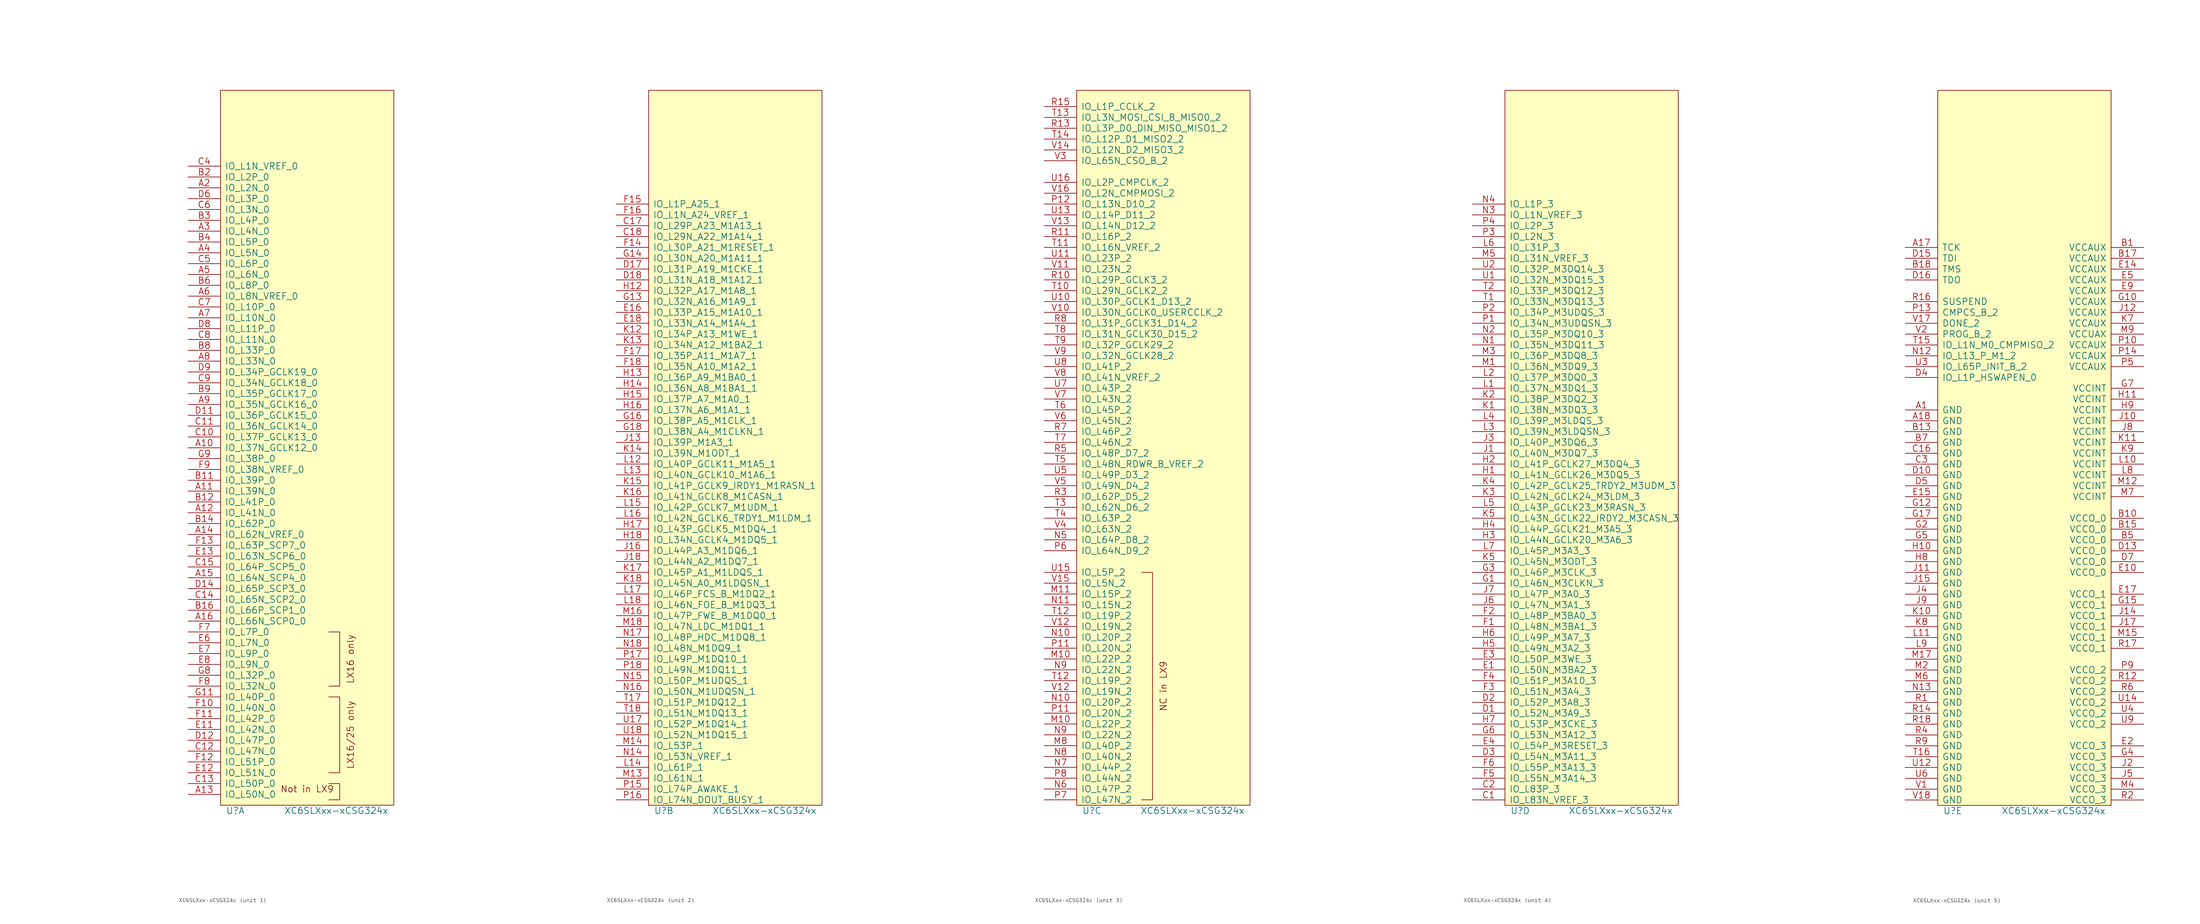
<source format=kicad_sym>
(kicad_symbol_lib
  (version 20211014)
  (generator kicad_symbol_editor)
  (symbol "XC6SLXxx-xCSG324x"
    (pin_names
      (offset 1.016))
    (property "Reference" "U"
      (at 1.27 -3.81 0)
      (effects (font (size 1.524 1.524)) (justify left)))
    (property "Value" "XC6SLXxx-xCSG324x"
      (at 39.37 -3.81 0)
      (effects (font (size 1.524 1.524)) (justify right)))
    (property "Footprint" ""
      (at -39.37 -6.35 0)
      (effects (font (size 1.524 1.524))))
    (property "Datasheet" ""
      (at -39.37 -6.35 0)
      (effects (font (size 1.524 1.524))))
    (property "ki_locked" ""
      (at 0 0 0)
      (effects (font (size 1.27 1.27))))
    (symbol "XC6SLXxx-xCSG324x_0_0"
      (rectangle (start 0 165.1) (end 40.64 -2.54) (stroke (width 0) (type default) (color 0 0 0 0)) (fill (type background))))
    (symbol "XC6SLXxx-xCSG324x_1_0"
      (polyline (pts (xy 25.4 2.54) (xy 27.94 2.54) (xy 27.94 -1.27) (xy 25.4 -1.27)) (stroke (width 0) (type default) (color 0 0 0 0)) (fill (type none)))
      (polyline (pts (xy 25.4 22.86) (xy 27.94 22.86) (xy 27.94 5.08) (xy 25.4 5.08)) (stroke (width 0) (type default) (color 0 0 0 0)) (fill (type none)))
      (polyline (pts (xy 25.4 38.1) (xy 27.94 38.1) (xy 27.94 25.4) (xy 25.4 25.4)) (stroke (width 0) (type default) (color 0 0 0 0)) (fill (type none)))
      (text "LX16 only" (at 30.48 31.75 900) (effects (font (size 1.524 1.524))))
      (text "LX16/25 only" (at 30.48 13.97 900) (effects (font (size 1.524 1.524))))
      (text "Not in LX9" (at 20.32 1.27 0) (effects (font (size 1.524 1.524)))))
    (symbol "XC6SLXxx-xCSG324x_1_1"
      (pin bidirectional line (at -7.62 81.28 0) (length 7.62) (name "IO_L37N_GCLK12_0" (effects (font (size 1.524 1.524)))) (number "A10" (effects (font (size 1.524 1.524)))))
      (pin bidirectional line (at -7.62 71.12 0) (length 7.62) (name "IO_L39N_0" (effects (font (size 1.524 1.524)))) (number "A11" (effects (font (size 1.524 1.524)))))
      (pin bidirectional line (at -7.62 66.04 0) (length 7.62) (name "IO_L41N_0" (effects (font (size 1.524 1.524)))) (number "A12" (effects (font (size 1.524 1.524)))))
      (pin bidirectional line (at -7.62 0 0) (length 7.62) (name "IO_L50N_0" (effects (font (size 1.524 1.524)))) (number "A13" (effects (font (size 1.524 1.524)))))
      (pin bidirectional line (at -7.62 60.96 0) (length 7.62) (name "IO_L62N_VREF_0" (effects (font (size 1.524 1.524)))) (number "A14" (effects (font (size 1.524 1.524)))))
      (pin bidirectional line (at -7.62 50.8 0) (length 7.62) (name "IO_L64N_SCP4_0" (effects (font (size 1.524 1.524)))) (number "A15" (effects (font (size 1.524 1.524)))))
      (pin bidirectional line (at -7.62 40.64 0) (length 7.62) (name "IO_L66N_SCP0_0" (effects (font (size 1.524 1.524)))) (number "A16" (effects (font (size 1.524 1.524)))))
      (pin bidirectional line (at -7.62 142.24 0) (length 7.62) (name "IO_L2N_0" (effects (font (size 1.524 1.524)))) (number "A2" (effects (font (size 1.524 1.524)))))
      (pin bidirectional line (at -7.62 132.08 0) (length 7.62) (name "IO_L4N_0" (effects (font (size 1.524 1.524)))) (number "A3" (effects (font (size 1.524 1.524)))))
      (pin bidirectional line (at -7.62 127 0) (length 7.62) (name "IO_L5N_0" (effects (font (size 1.524 1.524)))) (number "A4" (effects (font (size 1.524 1.524)))))
      (pin bidirectional line (at -7.62 121.92 0) (length 7.62) (name "IO_L6N_0" (effects (font (size 1.524 1.524)))) (number "A5" (effects (font (size 1.524 1.524)))))
      (pin bidirectional line (at -7.62 116.84 0) (length 7.62) (name "IO_L8N_VREF_0" (effects (font (size 1.524 1.524)))) (number "A6" (effects (font (size 1.524 1.524)))))
      (pin bidirectional line (at -7.62 111.76 0) (length 7.62) (name "IO_L10N_0" (effects (font (size 1.524 1.524)))) (number "A7" (effects (font (size 1.524 1.524)))))
      (pin bidirectional line (at -7.62 101.6 0) (length 7.62) (name "IO_L33N_0" (effects (font (size 1.524 1.524)))) (number "A8" (effects (font (size 1.524 1.524)))))
      (pin bidirectional line (at -7.62 91.44 0) (length 7.62) (name "IO_L35N_GCLK16_0" (effects (font (size 1.524 1.524)))) (number "A9" (effects (font (size 1.524 1.524)))))
      (pin bidirectional line (at -7.62 73.66 0) (length 7.62) (name "IO_L39P_0" (effects (font (size 1.524 1.524)))) (number "B11" (effects (font (size 1.524 1.524)))))
      (pin bidirectional line (at -7.62 68.58 0) (length 7.62) (name "IO_L41P_0" (effects (font (size 1.524 1.524)))) (number "B12" (effects (font (size 1.524 1.524)))))
      (pin bidirectional line (at -7.62 63.5 0) (length 7.62) (name "IO_L62P_0" (effects (font (size 1.524 1.524)))) (number "B14" (effects (font (size 1.524 1.524)))))
      (pin bidirectional line (at -7.62 43.18 0) (length 7.62) (name "IO_L66P_SCP1_0" (effects (font (size 1.524 1.524)))) (number "B16" (effects (font (size 1.524 1.524)))))
      (pin bidirectional line (at -7.62 144.78 0) (length 7.62) (name "IO_L2P_0" (effects (font (size 1.524 1.524)))) (number "B2" (effects (font (size 1.524 1.524)))))
      (pin bidirectional line (at -7.62 134.62 0) (length 7.62) (name "IO_L4P_0" (effects (font (size 1.524 1.524)))) (number "B3" (effects (font (size 1.524 1.524)))))
      (pin bidirectional line (at -7.62 129.54 0) (length 7.62) (name "IO_L5P_0" (effects (font (size 1.524 1.524)))) (number "B4" (effects (font (size 1.524 1.524)))))
      (pin bidirectional line (at -7.62 119.38 0) (length 7.62) (name "IO_L8P_0" (effects (font (size 1.524 1.524)))) (number "B6" (effects (font (size 1.524 1.524)))))
      (pin bidirectional line (at -7.62 104.14 0) (length 7.62) (name "IO_L33P_0" (effects (font (size 1.524 1.524)))) (number "B8" (effects (font (size 1.524 1.524)))))
      (pin bidirectional line (at -7.62 93.98 0) (length 7.62) (name "IO_L35P_GCLK17_0" (effects (font (size 1.524 1.524)))) (number "B9" (effects (font (size 1.524 1.524)))))
      (pin bidirectional line (at -7.62 83.82 0) (length 7.62) (name "IO_L37P_GCLK13_0" (effects (font (size 1.524 1.524)))) (number "C10" (effects (font (size 1.524 1.524)))))
      (pin bidirectional line (at -7.62 86.36 0) (length 7.62) (name "IO_L36N_GCLK14_0" (effects (font (size 1.524 1.524)))) (number "C11" (effects (font (size 1.524 1.524)))))
      (pin bidirectional line (at -7.62 10.16 0) (length 7.62) (name "IO_L47N_0" (effects (font (size 1.524 1.524)))) (number "C12" (effects (font (size 1.524 1.524)))))
      (pin bidirectional line (at -7.62 2.54 0) (length 7.62) (name "IO_L50P_0" (effects (font (size 1.524 1.524)))) (number "C13" (effects (font (size 1.524 1.524)))))
      (pin bidirectional line (at -7.62 45.72 0) (length 7.62) (name "IO_L65N_SCP2_0" (effects (font (size 1.524 1.524)))) (number "C14" (effects (font (size 1.524 1.524)))))
      (pin bidirectional line (at -7.62 53.34 0) (length 7.62) (name "IO_L64P_SCP5_0" (effects (font (size 1.524 1.524)))) (number "C15" (effects (font (size 1.524 1.524)))))
      (pin bidirectional line (at -7.62 147.32 0) (length 7.62) (name "IO_L1N_VREF_0" (effects (font (size 1.524 1.524)))) (number "C4" (effects (font (size 1.524 1.524)))))
      (pin bidirectional line (at -7.62 124.46 0) (length 7.62) (name "IO_L6P_0" (effects (font (size 1.524 1.524)))) (number "C5" (effects (font (size 1.524 1.524)))))
      (pin bidirectional line (at -7.62 137.16 0) (length 7.62) (name "IO_L3N_0" (effects (font (size 1.524 1.524)))) (number "C6" (effects (font (size 1.524 1.524)))))
      (pin bidirectional line (at -7.62 114.3 0) (length 7.62) (name "IO_L10P_0" (effects (font (size 1.524 1.524)))) (number "C7" (effects (font (size 1.524 1.524)))))
      (pin bidirectional line (at -7.62 106.68 0) (length 7.62) (name "IO_L11N_0" (effects (font (size 1.524 1.524)))) (number "C8" (effects (font (size 1.524 1.524)))))
      (pin bidirectional line (at -7.62 96.52 0) (length 7.62) (name "IO_L34N_GCLK18_0" (effects (font (size 1.524 1.524)))) (number "C9" (effects (font (size 1.524 1.524)))))
      (pin bidirectional line (at -7.62 88.9 0) (length 7.62) (name "IO_L36P_GCLK15_0" (effects (font (size 1.524 1.524)))) (number "D11" (effects (font (size 1.524 1.524)))))
      (pin bidirectional line (at -7.62 12.7 0) (length 7.62) (name "IO_L47P_0" (effects (font (size 1.524 1.524)))) (number "D12" (effects (font (size 1.524 1.524)))))
      (pin bidirectional line (at -7.62 48.26 0) (length 7.62) (name "IO_L65P_SCP3_0" (effects (font (size 1.524 1.524)))) (number "D14" (effects (font (size 1.524 1.524)))))
      (pin bidirectional line (at -7.62 139.7 0) (length 7.62) (name "IO_L3P_0" (effects (font (size 1.524 1.524)))) (number "D6" (effects (font (size 1.524 1.524)))))
      (pin bidirectional line (at -7.62 109.22 0) (length 7.62) (name "IO_L11P_0" (effects (font (size 1.524 1.524)))) (number "D8" (effects (font (size 1.524 1.524)))))
      (pin bidirectional line (at -7.62 99.06 0) (length 7.62) (name "IO_L34P_GCLK19_0" (effects (font (size 1.524 1.524)))) (number "D9" (effects (font (size 1.524 1.524)))))
      (pin bidirectional line (at -7.62 15.24 0) (length 7.62) (name "IO_L42N_0" (effects (font (size 1.524 1.524)))) (number "E11" (effects (font (size 1.524 1.524)))))
      (pin bidirectional line (at -7.62 5.08 0) (length 7.62) (name "IO_L51N_0" (effects (font (size 1.524 1.524)))) (number "E12" (effects (font (size 1.524 1.524)))))
      (pin bidirectional line (at -7.62 55.88 0) (length 7.62) (name "IO_L63N_SCP6_0" (effects (font (size 1.524 1.524)))) (number "E13" (effects (font (size 1.524 1.524)))))
      (pin bidirectional line (at -7.62 35.56 0) (length 7.62) (name "IO_L7N_0" (effects (font (size 1.524 1.524)))) (number "E6" (effects (font (size 1.524 1.524)))))
      (pin bidirectional line (at -7.62 33.02 0) (length 7.62) (name "IO_L9P_0" (effects (font (size 1.524 1.524)))) (number "E7" (effects (font (size 1.524 1.524)))))
      (pin bidirectional line (at -7.62 30.48 0) (length 7.62) (name "IO_L9N_0" (effects (font (size 1.524 1.524)))) (number "E8" (effects (font (size 1.524 1.524)))))
      (pin bidirectional line (at -7.62 20.32 0) (length 7.62) (name "IO_L40N_0" (effects (font (size 1.524 1.524)))) (number "F10" (effects (font (size 1.524 1.524)))))
      (pin bidirectional line (at -7.62 17.78 0) (length 7.62) (name "IO_L42P_0" (effects (font (size 1.524 1.524)))) (number "F11" (effects (font (size 1.524 1.524)))))
      (pin bidirectional line (at -7.62 7.62 0) (length 7.62) (name "IO_L51P_0" (effects (font (size 1.524 1.524)))) (number "F12" (effects (font (size 1.524 1.524)))))
      (pin bidirectional line (at -7.62 58.42 0) (length 7.62) (name "IO_L63P_SCP7_0" (effects (font (size 1.524 1.524)))) (number "F13" (effects (font (size 1.524 1.524)))))
      (pin bidirectional line (at -7.62 38.1 0) (length 7.62) (name "IO_L7P_0" (effects (font (size 1.524 1.524)))) (number "F7" (effects (font (size 1.524 1.524)))))
      (pin bidirectional line (at -7.62 25.4 0) (length 7.62) (name "IO_L32N_0" (effects (font (size 1.524 1.524)))) (number "F8" (effects (font (size 1.524 1.524)))))
      (pin bidirectional line (at -7.62 76.2 0) (length 7.62) (name "IO_L38N_VREF_0" (effects (font (size 1.524 1.524)))) (number "F9" (effects (font (size 1.524 1.524)))))
      (pin bidirectional line (at -7.62 22.86 0) (length 7.62) (name "IO_L40P_0" (effects (font (size 1.524 1.524)))) (number "G11" (effects (font (size 1.524 1.524)))))
      (pin bidirectional line (at -7.62 27.94 0) (length 7.62) (name "IO_L32P_0" (effects (font (size 1.524 1.524)))) (number "G8" (effects (font (size 1.524 1.524)))))
      (pin bidirectional line (at -7.62 78.74 0) (length 7.62) (name "IO_L38P_0" (effects (font (size 1.524 1.524)))) (number "G9" (effects (font (size 1.524 1.524))))))
    (symbol "XC6SLXxx-xCSG324x_2_1"
      (pin bidirectional line (at -7.62 133.35 0) (length 7.62) (name "IO_L29P_A23_M1A13_1" (effects (font (size 1.524 1.524)))) (number "C17" (effects (font (size 1.524 1.524)))))
      (pin bidirectional line (at -7.62 130.81 0) (length 7.62) (name "IO_L29N_A22_M1A14_1" (effects (font (size 1.524 1.524)))) (number "C18" (effects (font (size 1.524 1.524)))))
      (pin bidirectional line (at -7.62 123.19 0) (length 7.62) (name "IO_L31P_A19_M1CKE_1" (effects (font (size 1.524 1.524)))) (number "D17" (effects (font (size 1.524 1.524)))))
      (pin bidirectional line (at -7.62 120.65 0) (length 7.62) (name "IO_L31N_A18_M1A12_1" (effects (font (size 1.524 1.524)))) (number "D18" (effects (font (size 1.524 1.524)))))
      (pin bidirectional line (at -7.62 113.03 0) (length 7.62) (name "IO_L33P_A15_M1A10_1" (effects (font (size 1.524 1.524)))) (number "E16" (effects (font (size 1.524 1.524)))))
      (pin bidirectional line (at -7.62 110.49 0) (length 7.62) (name "IO_L33N_A14_M1A4_1" (effects (font (size 1.524 1.524)))) (number "E18" (effects (font (size 1.524 1.524)))))
      (pin bidirectional line (at -7.62 128.27 0) (length 7.62) (name "IO_L30P_A21_M1RESET_1" (effects (font (size 1.524 1.524)))) (number "F14" (effects (font (size 1.524 1.524)))))
      (pin bidirectional line (at -7.62 138.43 0) (length 7.62) (name "IO_L1P_A25_1" (effects (font (size 1.524 1.524)))) (number "F15" (effects (font (size 1.524 1.524)))))
      (pin bidirectional line (at -7.62 135.89 0) (length 7.62) (name "IO_L1N_A24_VREF_1" (effects (font (size 1.524 1.524)))) (number "F16" (effects (font (size 1.524 1.524)))))
      (pin bidirectional line (at -7.62 102.87 0) (length 7.62) (name "IO_L35P_A11_M1A7_1" (effects (font (size 1.524 1.524)))) (number "F17" (effects (font (size 1.524 1.524)))))
      (pin bidirectional line (at -7.62 100.33 0) (length 7.62) (name "IO_L35N_A10_M1A2_1" (effects (font (size 1.524 1.524)))) (number "F18" (effects (font (size 1.524 1.524)))))
      (pin bidirectional line (at -7.62 115.57 0) (length 7.62) (name "IO_L32N_A16_M1A9_1" (effects (font (size 1.524 1.524)))) (number "G13" (effects (font (size 1.524 1.524)))))
      (pin bidirectional line (at -7.62 125.73 0) (length 7.62) (name "IO_L30N_A20_M1A11_1" (effects (font (size 1.524 1.524)))) (number "G14" (effects (font (size 1.524 1.524)))))
      (pin bidirectional line (at -7.62 87.63 0) (length 7.62) (name "IO_L38P_A5_M1CLK_1" (effects (font (size 1.524 1.524)))) (number "G16" (effects (font (size 1.524 1.524)))))
      (pin bidirectional line (at -7.62 85.09 0) (length 7.62) (name "IO_L38N_A4_M1CLKN_1" (effects (font (size 1.524 1.524)))) (number "G18" (effects (font (size 1.524 1.524)))))
      (pin bidirectional line (at -7.62 118.11 0) (length 7.62) (name "IO_L32P_A17_M1A8_1" (effects (font (size 1.524 1.524)))) (number "H12" (effects (font (size 1.524 1.524)))))
      (pin bidirectional line (at -7.62 97.79 0) (length 7.62) (name "IO_L36P_A9_M1BA0_1" (effects (font (size 1.524 1.524)))) (number "H13" (effects (font (size 1.524 1.524)))))
      (pin bidirectional line (at -7.62 95.25 0) (length 7.62) (name "IO_L36N_A8_M1BA1_1" (effects (font (size 1.524 1.524)))) (number "H14" (effects (font (size 1.524 1.524)))))
      (pin bidirectional line (at -7.62 92.71 0) (length 7.62) (name "IO_L37P_A7_M1A0_1" (effects (font (size 1.524 1.524)))) (number "H15" (effects (font (size 1.524 1.524)))))
      (pin bidirectional line (at -7.62 90.17 0) (length 7.62) (name "IO_L37N_A6_M1A1_1" (effects (font (size 1.524 1.524)))) (number "H16" (effects (font (size 1.524 1.524)))))
      (pin bidirectional line (at -7.62 62.23 0) (length 7.62) (name "IO_L43P_GCLK5_M1DQ4_1" (effects (font (size 1.524 1.524)))) (number "H17" (effects (font (size 1.524 1.524)))))
      (pin bidirectional line (at -7.62 59.69 0) (length 7.62) (name "IO_L34N_GCLK4_M1DQ5_1" (effects (font (size 1.524 1.524)))) (number "H18" (effects (font (size 1.524 1.524)))))
      (pin bidirectional line (at -7.62 82.55 0) (length 7.62) (name "IO_L39P_M1A3_1" (effects (font (size 1.524 1.524)))) (number "J13" (effects (font (size 1.524 1.524)))))
      (pin bidirectional line (at -7.62 57.15 0) (length 7.62) (name "IO_L44P_A3_M1DQ6_1" (effects (font (size 1.524 1.524)))) (number "J16" (effects (font (size 1.524 1.524)))))
      (pin bidirectional line (at -7.62 54.61 0) (length 7.62) (name "IO_L44N_A2_M1DQ7_1" (effects (font (size 1.524 1.524)))) (number "J18" (effects (font (size 1.524 1.524)))))
      (pin bidirectional line (at -7.62 107.95 0) (length 7.62) (name "IO_L34P_A13_M1WE_1" (effects (font (size 1.524 1.524)))) (number "K12" (effects (font (size 1.524 1.524)))))
      (pin bidirectional line (at -7.62 105.41 0) (length 7.62) (name "IO_L34N_A12_M1BA2_1" (effects (font (size 1.524 1.524)))) (number "K13" (effects (font (size 1.524 1.524)))))
      (pin bidirectional line (at -7.62 80.01 0) (length 7.62) (name "IO_L39N_M1ODT_1" (effects (font (size 1.524 1.524)))) (number "K14" (effects (font (size 1.524 1.524)))))
      (pin bidirectional line (at -7.62 72.39 0) (length 7.62) (name "IO_L41P_GCLK9_IRDY1_M1RASN_1" (effects (font (size 1.524 1.524)))) (number "K15" (effects (font (size 1.524 1.524)))))
      (pin bidirectional line (at -7.62 69.85 0) (length 7.62) (name "IO_L41N_GCLK8_M1CASN_1" (effects (font (size 1.524 1.524)))) (number "K16" (effects (font (size 1.524 1.524)))))
      (pin bidirectional line (at -7.62 52.07 0) (length 7.62) (name "IO_L45P_A1_M1LDQS_1" (effects (font (size 1.524 1.524)))) (number "K17" (effects (font (size 1.524 1.524)))))
      (pin bidirectional line (at -7.62 49.53 0) (length 7.62) (name "IO_L45N_A0_M1LDQSN_1" (effects (font (size 1.524 1.524)))) (number "K18" (effects (font (size 1.524 1.524)))))
      (pin bidirectional line (at -7.62 77.47 0) (length 7.62) (name "IO_L40P_GCLK11_M1A5_1" (effects (font (size 1.524 1.524)))) (number "L12" (effects (font (size 1.524 1.524)))))
      (pin bidirectional line (at -7.62 74.93 0) (length 7.62) (name "IO_L40N_GCLK10_M1A6_1" (effects (font (size 1.524 1.524)))) (number "L13" (effects (font (size 1.524 1.524)))))
      (pin bidirectional line (at -7.62 6.35 0) (length 7.62) (name "IO_L61P_1" (effects (font (size 1.524 1.524)))) (number "L14" (effects (font (size 1.524 1.524)))))
      (pin bidirectional line (at -7.62 67.31 0) (length 7.62) (name "IO_L42P_GCLK7_M1UDM_1" (effects (font (size 1.524 1.524)))) (number "L15" (effects (font (size 1.524 1.524)))))
      (pin bidirectional line (at -7.62 64.77 0) (length 7.62) (name "IO_L42N_GCLK6_TRDY1_M1LDM_1" (effects (font (size 1.524 1.524)))) (number "L16" (effects (font (size 1.524 1.524)))))
      (pin bidirectional line (at -7.62 46.99 0) (length 7.62) (name "IO_L46P_FCS_B_M1DQ2_1" (effects (font (size 1.524 1.524)))) (number "L17" (effects (font (size 1.524 1.524)))))
      (pin bidirectional line (at -7.62 44.45 0) (length 7.62) (name "IO_L46N_FOE_B_M1DQ3_1" (effects (font (size 1.524 1.524)))) (number "L18" (effects (font (size 1.524 1.524)))))
      (pin bidirectional line (at -7.62 3.81 0) (length 7.62) (name "IO_L61N_1" (effects (font (size 1.524 1.524)))) (number "M13" (effects (font (size 1.524 1.524)))))
      (pin bidirectional line (at -7.62 11.43 0) (length 7.62) (name "IO_L53P_1" (effects (font (size 1.524 1.524)))) (number "M14" (effects (font (size 1.524 1.524)))))
      (pin bidirectional line (at -7.62 41.91 0) (length 7.62) (name "IO_L47P_FWE_B_M1DQ0_1" (effects (font (size 1.524 1.524)))) (number "M16" (effects (font (size 1.524 1.524)))))
      (pin bidirectional line (at -7.62 39.37 0) (length 7.62) (name "IO_L47N_LDC_M1DQ1_1" (effects (font (size 1.524 1.524)))) (number "M18" (effects (font (size 1.524 1.524)))))
      (pin bidirectional line (at -7.62 8.89 0) (length 7.62) (name "IO_L53N_VREF_1" (effects (font (size 1.524 1.524)))) (number "N14" (effects (font (size 1.524 1.524)))))
      (pin bidirectional line (at -7.62 26.67 0) (length 7.62) (name "IO_L50P_M1UDQS_1" (effects (font (size 1.524 1.524)))) (number "N15" (effects (font (size 1.524 1.524)))))
      (pin bidirectional line (at -7.62 24.13 0) (length 7.62) (name "IO_L50N_M1UDQSN_1" (effects (font (size 1.524 1.524)))) (number "N16" (effects (font (size 1.524 1.524)))))
      (pin bidirectional line (at -7.62 36.83 0) (length 7.62) (name "IO_L48P_HDC_M1DQ8_1" (effects (font (size 1.524 1.524)))) (number "N17" (effects (font (size 1.524 1.524)))))
      (pin bidirectional line (at -7.62 34.29 0) (length 7.62) (name "IO_L48N_M1DQ9_1" (effects (font (size 1.524 1.524)))) (number "N18" (effects (font (size 1.524 1.524)))))
      (pin bidirectional line (at -7.62 1.27 0) (length 7.62) (name "IO_L74P_AWAKE_1" (effects (font (size 1.524 1.524)))) (number "P15" (effects (font (size 1.524 1.524)))))
      (pin bidirectional line (at -7.62 -1.27 0) (length 7.62) (name "IO_L74N_DOUT_BUSY_1" (effects (font (size 1.524 1.524)))) (number "P16" (effects (font (size 1.524 1.524)))))
      (pin bidirectional line (at -7.62 31.75 0) (length 7.62) (name "IO_L49P_M1DQ10_1" (effects (font (size 1.524 1.524)))) (number "P17" (effects (font (size 1.524 1.524)))))
      (pin bidirectional line (at -7.62 29.21 0) (length 7.62) (name "IO_L49N_M1DQ11_1" (effects (font (size 1.524 1.524)))) (number "P18" (effects (font (size 1.524 1.524)))))
      (pin bidirectional line (at -7.62 21.59 0) (length 7.62) (name "IO_L51P_M1DQ12_1" (effects (font (size 1.524 1.524)))) (number "T17" (effects (font (size 1.524 1.524)))))
      (pin bidirectional line (at -7.62 19.05 0) (length 7.62) (name "IO_L51N_M1DQ13_1" (effects (font (size 1.524 1.524)))) (number "T18" (effects (font (size 1.524 1.524)))))
      (pin bidirectional line (at -7.62 16.51 0) (length 7.62) (name "IO_L52P_M1DQ14_1" (effects (font (size 1.524 1.524)))) (number "U17" (effects (font (size 1.524 1.524)))))
      (pin bidirectional line (at -7.62 13.97 0) (length 7.62) (name "IO_L52N_M1DQ15_1" (effects (font (size 1.524 1.524)))) (number "U18" (effects (font (size 1.524 1.524))))))
    (symbol "XC6SLXxx-xCSG324x_3_0"
      (polyline (pts (xy 15.24 52.07) (xy 17.78 52.07) (xy 17.78 -1.27) (xy 15.24 -1.27)) (stroke (width 0) (type default) (color 0 0 0 0)) (fill (type none)))
      (text "NC in LX9" (at 20.32 25.4 900) (effects (font (size 1.524 1.524)))))
    (symbol "XC6SLXxx-xCSG324x_3_1"
      (pin bidirectional line (at -7.62 16.51 0) (length 7.62) (name "IO_L22P_2" (effects (font (size 1.524 1.524)))) (number "M10" (effects (font (size 1.524 1.524)))))
      (pin bidirectional line (at -7.62 31.75 0) (length 7.62) (name "IO_L22P_2" (effects (font (size 1.524 1.524)))) (number "M10" (effects (font (size 1.524 1.524)))))
      (pin bidirectional line (at -7.62 46.99 0) (length 7.62) (name "IO_L15P_2" (effects (font (size 1.524 1.524)))) (number "M11" (effects (font (size 1.524 1.524)))))
      (pin bidirectional line (at -7.62 11.43 0) (length 7.62) (name "IO_L40P_2" (effects (font (size 1.524 1.524)))) (number "M8" (effects (font (size 1.524 1.524)))))
      (pin bidirectional line (at -7.62 21.59 0) (length 7.62) (name "IO_L20P_2" (effects (font (size 1.524 1.524)))) (number "N10" (effects (font (size 1.524 1.524)))))
      (pin bidirectional line (at -7.62 36.83 0) (length 7.62) (name "IO_L20P_2" (effects (font (size 1.524 1.524)))) (number "N10" (effects (font (size 1.524 1.524)))))
      (pin bidirectional line (at -7.62 44.45 0) (length 7.62) (name "IO_L15N_2" (effects (font (size 1.524 1.524)))) (number "N11" (effects (font (size 1.524 1.524)))))
      (pin bidirectional line (at -7.62 59.69 0) (length 7.62) (name "IO_L64P_D8_2" (effects (font (size 1.524 1.524)))) (number "N5" (effects (font (size 1.524 1.524)))))
      (pin bidirectional line (at -7.62 1.27 0) (length 7.62) (name "IO_L47P_2" (effects (font (size 1.524 1.524)))) (number "N6" (effects (font (size 1.524 1.524)))))
      (pin bidirectional line (at -7.62 6.35 0) (length 7.62) (name "IO_L44P_2" (effects (font (size 1.524 1.524)))) (number "N7" (effects (font (size 1.524 1.524)))))
      (pin bidirectional line (at -7.62 8.89 0) (length 7.62) (name "IO_L40N_2" (effects (font (size 1.524 1.524)))) (number "N8" (effects (font (size 1.524 1.524)))))
      (pin bidirectional line (at -7.62 13.97 0) (length 7.62) (name "IO_L22N_2" (effects (font (size 1.524 1.524)))) (number "N9" (effects (font (size 1.524 1.524)))))
      (pin bidirectional line (at -7.62 29.21 0) (length 7.62) (name "IO_L22N_2" (effects (font (size 1.524 1.524)))) (number "N9" (effects (font (size 1.524 1.524)))))
      (pin bidirectional line (at -7.62 19.05 0) (length 7.62) (name "IO_L20N_2" (effects (font (size 1.524 1.524)))) (number "P11" (effects (font (size 1.524 1.524)))))
      (pin bidirectional line (at -7.62 34.29 0) (length 7.62) (name "IO_L20N_2" (effects (font (size 1.524 1.524)))) (number "P11" (effects (font (size 1.524 1.524)))))
      (pin bidirectional line (at -7.62 138.43 0) (length 7.62) (name "IO_L13N_D10_2" (effects (font (size 1.524 1.524)))) (number "P12" (effects (font (size 1.524 1.524)))))
      (pin bidirectional line (at -7.62 57.15 0) (length 7.62) (name "IO_L64N_D9_2" (effects (font (size 1.524 1.524)))) (number "P6" (effects (font (size 1.524 1.524)))))
      (pin bidirectional line (at -7.62 -1.27 0) (length 7.62) (name "IO_L47N_2" (effects (font (size 1.524 1.524)))) (number "P7" (effects (font (size 1.524 1.524)))))
      (pin bidirectional line (at -7.62 3.81 0) (length 7.62) (name "IO_L44N_2" (effects (font (size 1.524 1.524)))) (number "P8" (effects (font (size 1.524 1.524)))))
      (pin bidirectional line (at -7.62 120.65 0) (length 7.62) (name "IO_L29P_GCLK3_2" (effects (font (size 1.524 1.524)))) (number "R10" (effects (font (size 1.524 1.524)))))
      (pin bidirectional line (at -7.62 130.81 0) (length 7.62) (name "IO_L16P_2" (effects (font (size 1.524 1.524)))) (number "R11" (effects (font (size 1.524 1.524)))))
      (pin bidirectional line (at -7.62 156.21 0) (length 7.62) (name "IO_L3P_D0_DIN_MISO_MISO1_2" (effects (font (size 1.524 1.524)))) (number "R13" (effects (font (size 1.524 1.524)))))
      (pin bidirectional line (at -7.62 161.29 0) (length 7.62) (name "IO_L1P_CCLK_2" (effects (font (size 1.524 1.524)))) (number "R15" (effects (font (size 1.524 1.524)))))
      (pin bidirectional line (at -7.62 69.85 0) (length 7.62) (name "IO_L62P_D5_2" (effects (font (size 1.524 1.524)))) (number "R3" (effects (font (size 1.524 1.524)))))
      (pin bidirectional line (at -7.62 80.01 0) (length 7.62) (name "IO_L48P_D7_2" (effects (font (size 1.524 1.524)))) (number "R5" (effects (font (size 1.524 1.524)))))
      (pin bidirectional line (at -7.62 85.09 0) (length 7.62) (name "IO_L46P_2" (effects (font (size 1.524 1.524)))) (number "R7" (effects (font (size 1.524 1.524)))))
      (pin bidirectional line (at -7.62 110.49 0) (length 7.62) (name "IO_L31P_GCLK31_D14_2" (effects (font (size 1.524 1.524)))) (number "R8" (effects (font (size 1.524 1.524)))))
      (pin bidirectional line (at -7.62 118.11 0) (length 7.62) (name "IO_L29N_GCLK2_2" (effects (font (size 1.524 1.524)))) (number "T10" (effects (font (size 1.524 1.524)))))
      (pin bidirectional line (at -7.62 128.27 0) (length 7.62) (name "IO_L16N_VREF_2" (effects (font (size 1.524 1.524)))) (number "T11" (effects (font (size 1.524 1.524)))))
      (pin bidirectional line (at -7.62 26.67 0) (length 7.62) (name "IO_L19P_2" (effects (font (size 1.524 1.524)))) (number "T12" (effects (font (size 1.524 1.524)))))
      (pin bidirectional line (at -7.62 41.91 0) (length 7.62) (name "IO_L19P_2" (effects (font (size 1.524 1.524)))) (number "T12" (effects (font (size 1.524 1.524)))))
      (pin bidirectional line (at -7.62 158.75 0) (length 7.62) (name "IO_L3N_MOSI_CSI_B_MISO0_2" (effects (font (size 1.524 1.524)))) (number "T13" (effects (font (size 1.524 1.524)))))
      (pin bidirectional line (at -7.62 153.67 0) (length 7.62) (name "IO_L12P_D1_MISO2_2" (effects (font (size 1.524 1.524)))) (number "T14" (effects (font (size 1.524 1.524)))))
      (pin bidirectional line (at -7.62 67.31 0) (length 7.62) (name "IO_L62N_D6_2" (effects (font (size 1.524 1.524)))) (number "T3" (effects (font (size 1.524 1.524)))))
      (pin bidirectional line (at -7.62 64.77 0) (length 7.62) (name "IO_L63P_2" (effects (font (size 1.524 1.524)))) (number "T4" (effects (font (size 1.524 1.524)))))
      (pin bidirectional line (at -7.62 77.47 0) (length 7.62) (name "IO_L48N_RDWR_B_VREF_2" (effects (font (size 1.524 1.524)))) (number "T5" (effects (font (size 1.524 1.524)))))
      (pin bidirectional line (at -7.62 90.17 0) (length 7.62) (name "IO_L45P_2" (effects (font (size 1.524 1.524)))) (number "T6" (effects (font (size 1.524 1.524)))))
      (pin bidirectional line (at -7.62 82.55 0) (length 7.62) (name "IO_L46N_2" (effects (font (size 1.524 1.524)))) (number "T7" (effects (font (size 1.524 1.524)))))
      (pin bidirectional line (at -7.62 107.95 0) (length 7.62) (name "IO_L31N_GCLK30_D15_2" (effects (font (size 1.524 1.524)))) (number "T8" (effects (font (size 1.524 1.524)))))
      (pin bidirectional line (at -7.62 105.41 0) (length 7.62) (name "IO_L32P_GCLK29_2" (effects (font (size 1.524 1.524)))) (number "T9" (effects (font (size 1.524 1.524)))))
      (pin bidirectional line (at -7.62 115.57 0) (length 7.62) (name "IO_L30P_GCLK1_D13_2" (effects (font (size 1.524 1.524)))) (number "U10" (effects (font (size 1.524 1.524)))))
      (pin bidirectional line (at -7.62 125.73 0) (length 7.62) (name "IO_L23P_2" (effects (font (size 1.524 1.524)))) (number "U11" (effects (font (size 1.524 1.524)))))
      (pin bidirectional line (at -7.62 135.89 0) (length 7.62) (name "IO_L14P_D11_2" (effects (font (size 1.524 1.524)))) (number "U13" (effects (font (size 1.524 1.524)))))
      (pin bidirectional line (at -7.62 52.07 0) (length 7.62) (name "IO_L5P_2" (effects (font (size 1.524 1.524)))) (number "U15" (effects (font (size 1.524 1.524)))))
      (pin bidirectional line (at -7.62 143.51 0) (length 7.62) (name "IO_L2P_CMPCLK_2" (effects (font (size 1.524 1.524)))) (number "U16" (effects (font (size 1.524 1.524)))))
      (pin bidirectional line (at -7.62 74.93 0) (length 7.62) (name "IO_L49P_D3_2" (effects (font (size 1.524 1.524)))) (number "U5" (effects (font (size 1.524 1.524)))))
      (pin bidirectional line (at -7.62 95.25 0) (length 7.62) (name "IO_L43P_2" (effects (font (size 1.524 1.524)))) (number "U7" (effects (font (size 1.524 1.524)))))
      (pin bidirectional line (at -7.62 100.33 0) (length 7.62) (name "IO_L41P_2" (effects (font (size 1.524 1.524)))) (number "U8" (effects (font (size 1.524 1.524)))))
      (pin bidirectional line (at -7.62 113.03 0) (length 7.62) (name "IO_L30N_GCLK0_USERCCLK_2" (effects (font (size 1.524 1.524)))) (number "V10" (effects (font (size 1.524 1.524)))))
      (pin bidirectional line (at -7.62 123.19 0) (length 7.62) (name "IO_L23N_2" (effects (font (size 1.524 1.524)))) (number "V11" (effects (font (size 1.524 1.524)))))
      (pin bidirectional line (at -7.62 24.13 0) (length 7.62) (name "IO_L19N_2" (effects (font (size 1.524 1.524)))) (number "V12" (effects (font (size 1.524 1.524)))))
      (pin bidirectional line (at -7.62 39.37 0) (length 7.62) (name "IO_L19N_2" (effects (font (size 1.524 1.524)))) (number "V12" (effects (font (size 1.524 1.524)))))
      (pin bidirectional line (at -7.62 133.35 0) (length 7.62) (name "IO_L14N_D12_2" (effects (font (size 1.524 1.524)))) (number "V13" (effects (font (size 1.524 1.524)))))
      (pin bidirectional line (at -7.62 151.13 0) (length 7.62) (name "IO_L12N_D2_MISO3_2" (effects (font (size 1.524 1.524)))) (number "V14" (effects (font (size 1.524 1.524)))))
      (pin bidirectional line (at -7.62 49.53 0) (length 7.62) (name "IO_L5N_2" (effects (font (size 1.524 1.524)))) (number "V15" (effects (font (size 1.524 1.524)))))
      (pin bidirectional line (at -7.62 140.97 0) (length 7.62) (name "IO_L2N_CMPMOSI_2" (effects (font (size 1.524 1.524)))) (number "V16" (effects (font (size 1.524 1.524)))))
      (pin bidirectional line (at -7.62 148.59 0) (length 7.62) (name "IO_L65N_CSO_B_2" (effects (font (size 1.524 1.524)))) (number "V3" (effects (font (size 1.524 1.524)))))
      (pin bidirectional line (at -7.62 62.23 0) (length 7.62) (name "IO_L63N_2" (effects (font (size 1.524 1.524)))) (number "V4" (effects (font (size 1.524 1.524)))))
      (pin bidirectional line (at -7.62 72.39 0) (length 7.62) (name "IO_L49N_D4_2" (effects (font (size 1.524 1.524)))) (number "V5" (effects (font (size 1.524 1.524)))))
      (pin bidirectional line (at -7.62 87.63 0) (length 7.62) (name "IO_L45N_2" (effects (font (size 1.524 1.524)))) (number "V6" (effects (font (size 1.524 1.524)))))
      (pin bidirectional line (at -7.62 92.71 0) (length 7.62) (name "IO_L43N_2" (effects (font (size 1.524 1.524)))) (number "V7" (effects (font (size 1.524 1.524)))))
      (pin bidirectional line (at -7.62 97.79 0) (length 7.62) (name "IO_L41N_VREF_2" (effects (font (size 1.524 1.524)))) (number "V8" (effects (font (size 1.524 1.524)))))
      (pin bidirectional line (at -7.62 102.87 0) (length 7.62) (name "IO_L32N_GCLK28_2" (effects (font (size 1.524 1.524)))) (number "V9" (effects (font (size 1.524 1.524))))))
    (symbol "XC6SLXxx-xCSG324x_4_1"
      (pin bidirectional line (at -7.62 -1.27 0) (length 7.62) (name "IO_L83N_VREF_3" (effects (font (size 1.524 1.524)))) (number "C1" (effects (font (size 1.524 1.524)))))
      (pin bidirectional line (at -7.62 1.27 0) (length 7.62) (name "IO_L83P_3" (effects (font (size 1.524 1.524)))) (number "C2" (effects (font (size 1.524 1.524)))))
      (pin bidirectional line (at -7.62 19.05 0) (length 7.62) (name "IO_L52N_M3A9_3" (effects (font (size 1.524 1.524)))) (number "D1" (effects (font (size 1.524 1.524)))))
      (pin bidirectional line (at -7.62 21.59 0) (length 7.62) (name "IO_L52P_M3A8_3" (effects (font (size 1.524 1.524)))) (number "D2" (effects (font (size 1.524 1.524)))))
      (pin bidirectional line (at -7.62 8.89 0) (length 7.62) (name "IO_L54N_M3A11_3" (effects (font (size 1.524 1.524)))) (number "D3" (effects (font (size 1.524 1.524)))))
      (pin bidirectional line (at -7.62 29.21 0) (length 7.62) (name "IO_L50N_M3BA2_3" (effects (font (size 1.524 1.524)))) (number "E1" (effects (font (size 1.524 1.524)))))
      (pin bidirectional line (at -7.62 31.75 0) (length 7.62) (name "IO_L50P_M3WE_3" (effects (font (size 1.524 1.524)))) (number "E3" (effects (font (size 1.524 1.524)))))
      (pin bidirectional line (at -7.62 11.43 0) (length 7.62) (name "IO_L54P_M3RESET_3" (effects (font (size 1.524 1.524)))) (number "E4" (effects (font (size 1.524 1.524)))))
      (pin bidirectional line (at -7.62 39.37 0) (length 7.62) (name "IO_L48N_M3BA1_3" (effects (font (size 1.524 1.524)))) (number "F1" (effects (font (size 1.524 1.524)))))
      (pin bidirectional line (at -7.62 41.91 0) (length 7.62) (name "IO_L48P_M3BA0_3" (effects (font (size 1.524 1.524)))) (number "F2" (effects (font (size 1.524 1.524)))))
      (pin bidirectional line (at -7.62 24.13 0) (length 7.62) (name "IO_L51N_M3A4_3" (effects (font (size 1.524 1.524)))) (number "F3" (effects (font (size 1.524 1.524)))))
      (pin bidirectional line (at -7.62 26.67 0) (length 7.62) (name "IO_L51P_M3A10_3" (effects (font (size 1.524 1.524)))) (number "F4" (effects (font (size 1.524 1.524)))))
      (pin bidirectional line (at -7.62 3.81 0) (length 7.62) (name "IO_L55N_M3A14_3" (effects (font (size 1.524 1.524)))) (number "F5" (effects (font (size 1.524 1.524)))))
      (pin bidirectional line (at -7.62 6.35 0) (length 7.62) (name "IO_L55P_M3A13_3" (effects (font (size 1.524 1.524)))) (number "F6" (effects (font (size 1.524 1.524)))))
      (pin bidirectional line (at -7.62 49.53 0) (length 7.62) (name "IO_L46N_M3CLKN_3" (effects (font (size 1.524 1.524)))) (number "G1" (effects (font (size 1.524 1.524)))))
      (pin bidirectional line (at -7.62 52.07 0) (length 7.62) (name "IO_L46P_M3CLK_3" (effects (font (size 1.524 1.524)))) (number "G3" (effects (font (size 1.524 1.524)))))
      (pin bidirectional line (at -7.62 13.97 0) (length 7.62) (name "IO_L53N_M3A12_3" (effects (font (size 1.524 1.524)))) (number "G6" (effects (font (size 1.524 1.524)))))
      (pin bidirectional line (at -7.62 74.93 0) (length 7.62) (name "IO_L41N_GCLK26_M3DQ5_3" (effects (font (size 1.524 1.524)))) (number "H1" (effects (font (size 1.524 1.524)))))
      (pin bidirectional line (at -7.62 77.47 0) (length 7.62) (name "IO_L41P_GCLK27_M3DQ4_3" (effects (font (size 1.524 1.524)))) (number "H2" (effects (font (size 1.524 1.524)))))
      (pin bidirectional line (at -7.62 59.69 0) (length 7.62) (name "IO_L44N_GCLK20_M3A6_3" (effects (font (size 1.524 1.524)))) (number "H3" (effects (font (size 1.524 1.524)))))
      (pin bidirectional line (at -7.62 62.23 0) (length 7.62) (name "IO_L44P_GCLK21_M3A5_3" (effects (font (size 1.524 1.524)))) (number "H4" (effects (font (size 1.524 1.524)))))
      (pin bidirectional line (at -7.62 34.29 0) (length 7.62) (name "IO_L49N_M3A2_3" (effects (font (size 1.524 1.524)))) (number "H5" (effects (font (size 1.524 1.524)))))
      (pin bidirectional line (at -7.62 36.83 0) (length 7.62) (name "IO_L49P_M3A7_3" (effects (font (size 1.524 1.524)))) (number "H6" (effects (font (size 1.524 1.524)))))
      (pin bidirectional line (at -7.62 16.51 0) (length 7.62) (name "IO_L53P_M3CKE_3" (effects (font (size 1.524 1.524)))) (number "H7" (effects (font (size 1.524 1.524)))))
      (pin bidirectional line (at -7.62 80.01 0) (length 7.62) (name "IO_L40N_M3DQ7_3" (effects (font (size 1.524 1.524)))) (number "J1" (effects (font (size 1.524 1.524)))))
      (pin bidirectional line (at -7.62 82.55 0) (length 7.62) (name "IO_L40P_M3DQ6_3" (effects (font (size 1.524 1.524)))) (number "J3" (effects (font (size 1.524 1.524)))))
      (pin bidirectional line (at -7.62 44.45 0) (length 7.62) (name "IO_L47N_M3A1_3" (effects (font (size 1.524 1.524)))) (number "J6" (effects (font (size 1.524 1.524)))))
      (pin bidirectional line (at -7.62 46.99 0) (length 7.62) (name "IO_L47P_M3A0_3" (effects (font (size 1.524 1.524)))) (number "J7" (effects (font (size 1.524 1.524)))))
      (pin bidirectional line (at -7.62 90.17 0) (length 7.62) (name "IO_L38N_M3DQ3_3" (effects (font (size 1.524 1.524)))) (number "K1" (effects (font (size 1.524 1.524)))))
      (pin bidirectional line (at -7.62 92.71 0) (length 7.62) (name "IO_L38P_M3DQ2_3" (effects (font (size 1.524 1.524)))) (number "K2" (effects (font (size 1.524 1.524)))))
      (pin bidirectional line (at -7.62 69.85 0) (length 7.62) (name "IO_L42N_GCLK24_M3LDM_3" (effects (font (size 1.524 1.524)))) (number "K3" (effects (font (size 1.524 1.524)))))
      (pin bidirectional line (at -7.62 72.39 0) (length 7.62) (name "IO_L42P_GCLK25_TRDY2_M3UDM_3" (effects (font (size 1.524 1.524)))) (number "K4" (effects (font (size 1.524 1.524)))))
      (pin bidirectional line (at -7.62 64.77 0) (length 7.62) (name "IO_L43N_GCLK22_IRDY2_M3CASN_3" (effects (font (size 1.524 1.524)))) (number "K5" (effects (font (size 1.524 1.524)))))
      (pin bidirectional line (at -7.62 54.61 0) (length 7.62) (name "IO_L45N_M3ODT_3" (effects (font (size 1.524 1.524)))) (number "K5" (effects (font (size 1.524 1.524)))))
      (pin bidirectional line (at -7.62 95.25 0) (length 7.62) (name "IO_L37N_M3DQ1_3" (effects (font (size 1.524 1.524)))) (number "L1" (effects (font (size 1.524 1.524)))))
      (pin bidirectional line (at -7.62 97.79 0) (length 7.62) (name "IO_L37P_M3DQ0_3" (effects (font (size 1.524 1.524)))) (number "L2" (effects (font (size 1.524 1.524)))))
      (pin bidirectional line (at -7.62 85.09 0) (length 7.62) (name "IO_L39N_M3LDQSN_3" (effects (font (size 1.524 1.524)))) (number "L3" (effects (font (size 1.524 1.524)))))
      (pin bidirectional line (at -7.62 87.63 0) (length 7.62) (name "IO_L39P_M3LDQS_3" (effects (font (size 1.524 1.524)))) (number "L4" (effects (font (size 1.524 1.524)))))
      (pin bidirectional line (at -7.62 67.31 0) (length 7.62) (name "IO_L43P_GCLK23_M3RASN_3" (effects (font (size 1.524 1.524)))) (number "L5" (effects (font (size 1.524 1.524)))))
      (pin bidirectional line (at -7.62 128.27 0) (length 7.62) (name "IO_L31P_3" (effects (font (size 1.524 1.524)))) (number "L6" (effects (font (size 1.524 1.524)))))
      (pin bidirectional line (at -7.62 57.15 0) (length 7.62) (name "IO_L45P_M3A3_3" (effects (font (size 1.524 1.524)))) (number "L7" (effects (font (size 1.524 1.524)))))
      (pin bidirectional line (at -7.62 100.33 0) (length 7.62) (name "IO_L36N_M3DQ9_3" (effects (font (size 1.524 1.524)))) (number "M1" (effects (font (size 1.524 1.524)))))
      (pin bidirectional line (at -7.62 102.87 0) (length 7.62) (name "IO_L36P_M3DQ8_3" (effects (font (size 1.524 1.524)))) (number "M3" (effects (font (size 1.524 1.524)))))
      (pin bidirectional line (at -7.62 125.73 0) (length 7.62) (name "IO_L31N_VREF_3" (effects (font (size 1.524 1.524)))) (number "M5" (effects (font (size 1.524 1.524)))))
      (pin bidirectional line (at -7.62 105.41 0) (length 7.62) (name "IO_L35N_M3DQ11_3" (effects (font (size 1.524 1.524)))) (number "N1" (effects (font (size 1.524 1.524)))))
      (pin bidirectional line (at -7.62 107.95 0) (length 7.62) (name "IO_L35P_M3DQ10_3" (effects (font (size 1.524 1.524)))) (number "N2" (effects (font (size 1.524 1.524)))))
      (pin bidirectional line (at -7.62 135.89 0) (length 7.62) (name "IO_L1N_VREF_3" (effects (font (size 1.524 1.524)))) (number "N3" (effects (font (size 1.524 1.524)))))
      (pin bidirectional line (at -7.62 138.43 0) (length 7.62) (name "IO_L1P_3" (effects (font (size 1.524 1.524)))) (number "N4" (effects (font (size 1.524 1.524)))))
      (pin bidirectional line (at -7.62 110.49 0) (length 7.62) (name "IO_L34N_M3UDQSN_3" (effects (font (size 1.524 1.524)))) (number "P1" (effects (font (size 1.524 1.524)))))
      (pin bidirectional line (at -7.62 113.03 0) (length 7.62) (name "IO_L34P_M3UDQS_3" (effects (font (size 1.524 1.524)))) (number "P2" (effects (font (size 1.524 1.524)))))
      (pin bidirectional line (at -7.62 130.81 0) (length 7.62) (name "IO_L2N_3" (effects (font (size 1.524 1.524)))) (number "P3" (effects (font (size 1.524 1.524)))))
      (pin bidirectional line (at -7.62 133.35 0) (length 7.62) (name "IO_L2P_3" (effects (font (size 1.524 1.524)))) (number "P4" (effects (font (size 1.524 1.524)))))
      (pin bidirectional line (at -7.62 115.57 0) (length 7.62) (name "IO_L33N_M3DQ13_3" (effects (font (size 1.524 1.524)))) (number "T1" (effects (font (size 1.524 1.524)))))
      (pin bidirectional line (at -7.62 118.11 0) (length 7.62) (name "IO_L33P_M3DQ12_3" (effects (font (size 1.524 1.524)))) (number "T2" (effects (font (size 1.524 1.524)))))
      (pin bidirectional line (at -7.62 120.65 0) (length 7.62) (name "IO_L32N_M3DQ15_3" (effects (font (size 1.524 1.524)))) (number "U1" (effects (font (size 1.524 1.524)))))
      (pin bidirectional line (at -7.62 123.19 0) (length 7.62) (name "IO_L32P_M3DQ14_3" (effects (font (size 1.524 1.524)))) (number "U2" (effects (font (size 1.524 1.524))))))
    (symbol "XC6SLXxx-xCSG324x_5_1"
      (pin power_in line (at -7.62 90.17 0) (length 7.62) (name "GND" (effects (font (size 1.524 1.524)))) (number "A1" (effects (font (size 1.524 1.524)))))
      (pin input line (at -7.62 128.27 0) (length 7.62) (name "TCK" (effects (font (size 1.524 1.524)))) (number "A17" (effects (font (size 1.524 1.524)))))
      (pin power_in line (at -7.62 87.63 0) (length 7.62) (name "GND" (effects (font (size 1.524 1.524)))) (number "A18" (effects (font (size 1.524 1.524)))))
      (pin power_in line (at 48.26 128.27 180) (length 7.62) (name "VCCAUX" (effects (font (size 1.524 1.524)))) (number "B1" (effects (font (size 1.524 1.524)))))
      (pin power_in line (at 48.26 64.77 180) (length 7.62) (name "VCCO_0" (effects (font (size 1.524 1.524)))) (number "B10" (effects (font (size 1.524 1.524)))))
      (pin power_in line (at -7.62 85.09 0) (length 7.62) (name "GND" (effects (font (size 1.524 1.524)))) (number "B13" (effects (font (size 1.524 1.524)))))
      (pin power_in line (at 48.26 62.23 180) (length 7.62) (name "VCCO_0" (effects (font (size 1.524 1.524)))) (number "B15" (effects (font (size 1.524 1.524)))))
      (pin power_in line (at 48.26 125.73 180) (length 7.62) (name "VCCAUX" (effects (font (size 1.524 1.524)))) (number "B17" (effects (font (size 1.524 1.524)))))
      (pin input line (at -7.62 123.19 0) (length 7.62) (name "TMS" (effects (font (size 1.524 1.524)))) (number "B18" (effects (font (size 1.524 1.524)))))
      (pin power_in line (at 48.26 59.69 180) (length 7.62) (name "VCCO_0" (effects (font (size 1.524 1.524)))) (number "B5" (effects (font (size 1.524 1.524)))))
      (pin power_in line (at -7.62 82.55 0) (length 7.62) (name "GND" (effects (font (size 1.524 1.524)))) (number "B7" (effects (font (size 1.524 1.524)))))
      (pin power_in line (at -7.62 80.01 0) (length 7.62) (name "GND" (effects (font (size 1.524 1.524)))) (number "C16" (effects (font (size 1.524 1.524)))))
      (pin power_in line (at -7.62 77.47 0) (length 7.62) (name "GND" (effects (font (size 1.524 1.524)))) (number "C3" (effects (font (size 1.524 1.524)))))
      (pin power_in line (at -7.62 74.93 0) (length 7.62) (name "GND" (effects (font (size 1.524 1.524)))) (number "D10" (effects (font (size 1.524 1.524)))))
      (pin power_in line (at 48.26 57.15 180) (length 7.62) (name "VCCO_0" (effects (font (size 1.524 1.524)))) (number "D13" (effects (font (size 1.524 1.524)))))
      (pin input line (at -7.62 125.73 0) (length 7.62) (name "TDI" (effects (font (size 1.524 1.524)))) (number "D15" (effects (font (size 1.524 1.524)))))
      (pin output line (at -7.62 120.65 0) (length 7.62) (name "TDO" (effects (font (size 1.524 1.524)))) (number "D16" (effects (font (size 1.524 1.524)))))
      (pin bidirectional line (at -7.62 97.79 0) (length 7.62) (name "IO_L1P_HSWAPEN_0" (effects (font (size 1.524 1.524)))) (number "D4" (effects (font (size 1.524 1.524)))))
      (pin power_in line (at -7.62 72.39 0) (length 7.62) (name "GND" (effects (font (size 1.524 1.524)))) (number "D5" (effects (font (size 1.524 1.524)))))
      (pin power_in line (at 48.26 54.61 180) (length 7.62) (name "VCCO_0" (effects (font (size 1.524 1.524)))) (number "D7" (effects (font (size 1.524 1.524)))))
      (pin power_in line (at 48.26 52.07 180) (length 7.62) (name "VCCO_0" (effects (font (size 1.524 1.524)))) (number "E10" (effects (font (size 1.524 1.524)))))
      (pin power_in line (at 48.26 123.19 180) (length 7.62) (name "VCCAUX" (effects (font (size 1.524 1.524)))) (number "E14" (effects (font (size 1.524 1.524)))))
      (pin power_in line (at -7.62 69.85 0) (length 7.62) (name "GND" (effects (font (size 1.524 1.524)))) (number "E15" (effects (font (size 1.524 1.524)))))
      (pin power_in line (at 48.26 46.99 180) (length 7.62) (name "VCCO_1" (effects (font (size 1.524 1.524)))) (number "E17" (effects (font (size 1.524 1.524)))))
      (pin power_in line (at 48.26 11.43 180) (length 7.62) (name "VCCO_3" (effects (font (size 1.524 1.524)))) (number "E2" (effects (font (size 1.524 1.524)))))
      (pin power_in line (at 48.26 120.65 180) (length 7.62) (name "VCCAUX" (effects (font (size 1.524 1.524)))) (number "E5" (effects (font (size 1.524 1.524)))))
      (pin power_in line (at 48.26 118.11 180) (length 7.62) (name "VCCAUX" (effects (font (size 1.524 1.524)))) (number "E9" (effects (font (size 1.524 1.524)))))
      (pin power_in line (at 48.26 115.57 180) (length 7.62) (name "VCCAUX" (effects (font (size 1.524 1.524)))) (number "G10" (effects (font (size 1.524 1.524)))))
      (pin power_in line (at -7.62 67.31 0) (length 7.62) (name "GND" (effects (font (size 1.524 1.524)))) (number "G12" (effects (font (size 1.524 1.524)))))
      (pin power_in line (at 48.26 44.45 180) (length 7.62) (name "VCCO_1" (effects (font (size 1.524 1.524)))) (number "G15" (effects (font (size 1.524 1.524)))))
      (pin power_in line (at -7.62 64.77 0) (length 7.62) (name "GND" (effects (font (size 1.524 1.524)))) (number "G17" (effects (font (size 1.524 1.524)))))
      (pin power_in line (at -7.62 62.23 0) (length 7.62) (name "GND" (effects (font (size 1.524 1.524)))) (number "G2" (effects (font (size 1.524 1.524)))))
      (pin power_in line (at 48.26 8.89 180) (length 7.62) (name "VCCO_3" (effects (font (size 1.524 1.524)))) (number "G4" (effects (font (size 1.524 1.524)))))
      (pin power_in line (at -7.62 59.69 0) (length 7.62) (name "GND" (effects (font (size 1.524 1.524)))) (number "G5" (effects (font (size 1.524 1.524)))))
      (pin power_in line (at 48.26 95.25 180) (length 7.62) (name "VCCINT" (effects (font (size 1.524 1.524)))) (number "G7" (effects (font (size 1.524 1.524)))))
      (pin power_in line (at -7.62 57.15 0) (length 7.62) (name "GND" (effects (font (size 1.524 1.524)))) (number "H10" (effects (font (size 1.524 1.524)))))
      (pin power_in line (at 48.26 92.71 180) (length 7.62) (name "VCCINT" (effects (font (size 1.524 1.524)))) (number "H11" (effects (font (size 1.524 1.524)))))
      (pin power_in line (at -7.62 54.61 0) (length 7.62) (name "GND" (effects (font (size 1.524 1.524)))) (number "H8" (effects (font (size 1.524 1.524)))))
      (pin power_in line (at 48.26 90.17 180) (length 7.62) (name "VCCINT" (effects (font (size 1.524 1.524)))) (number "H9" (effects (font (size 1.524 1.524)))))
      (pin power_in line (at 48.26 87.63 180) (length 7.62) (name "VCCINT" (effects (font (size 1.524 1.524)))) (number "J10" (effects (font (size 1.524 1.524)))))
      (pin power_in line (at -7.62 52.07 0) (length 7.62) (name "GND" (effects (font (size 1.524 1.524)))) (number "J11" (effects (font (size 1.524 1.524)))))
      (pin power_in line (at 48.26 113.03 180) (length 7.62) (name "VCCAUX" (effects (font (size 1.524 1.524)))) (number "J12" (effects (font (size 1.524 1.524)))))
      (pin power_in line (at 48.26 41.91 180) (length 7.62) (name "VCCO_1" (effects (font (size 1.524 1.524)))) (number "J14" (effects (font (size 1.524 1.524)))))
      (pin power_in line (at -7.62 49.53 0) (length 7.62) (name "GND" (effects (font (size 1.524 1.524)))) (number "J15" (effects (font (size 1.524 1.524)))))
      (pin power_in line (at 48.26 39.37 180) (length 7.62) (name "VCCO_1" (effects (font (size 1.524 1.524)))) (number "J17" (effects (font (size 1.524 1.524)))))
      (pin power_in line (at 48.26 6.35 180) (length 7.62) (name "VCCO_3" (effects (font (size 1.524 1.524)))) (number "J2" (effects (font (size 1.524 1.524)))))
      (pin power_in line (at -7.62 46.99 0) (length 7.62) (name "GND" (effects (font (size 1.524 1.524)))) (number "J4" (effects (font (size 1.524 1.524)))))
      (pin power_in line (at 48.26 3.81 180) (length 7.62) (name "VCCO_3" (effects (font (size 1.524 1.524)))) (number "J5" (effects (font (size 1.524 1.524)))))
      (pin power_in line (at 48.26 85.09 180) (length 7.62) (name "VCCINT" (effects (font (size 1.524 1.524)))) (number "J8" (effects (font (size 1.524 1.524)))))
      (pin power_in line (at -7.62 44.45 0) (length 7.62) (name "GND" (effects (font (size 1.524 1.524)))) (number "J9" (effects (font (size 1.524 1.524)))))
      (pin power_in line (at -7.62 41.91 0) (length 7.62) (name "GND" (effects (font (size 1.524 1.524)))) (number "K10" (effects (font (size 1.524 1.524)))))
      (pin power_in line (at 48.26 82.55 180) (length 7.62) (name "VCCINT" (effects (font (size 1.524 1.524)))) (number "K11" (effects (font (size 1.524 1.524)))))
      (pin power_in line (at 48.26 110.49 180) (length 7.62) (name "VCCAUX" (effects (font (size 1.524 1.524)))) (number "K7" (effects (font (size 1.524 1.524)))))
      (pin power_in line (at -7.62 39.37 0) (length 7.62) (name "GND" (effects (font (size 1.524 1.524)))) (number "K8" (effects (font (size 1.524 1.524)))))
      (pin power_in line (at 48.26 80.01 180) (length 7.62) (name "VCCINT" (effects (font (size 1.524 1.524)))) (number "K9" (effects (font (size 1.524 1.524)))))
      (pin power_in line (at 48.26 77.47 180) (length 7.62) (name "VCCINT" (effects (font (size 1.524 1.524)))) (number "L10" (effects (font (size 1.524 1.524)))))
      (pin power_in line (at -7.62 36.83 0) (length 7.62) (name "GND" (effects (font (size 1.524 1.524)))) (number "L11" (effects (font (size 1.524 1.524)))))
      (pin power_in line (at 48.26 74.93 180) (length 7.62) (name "VCCINT" (effects (font (size 1.524 1.524)))) (number "L8" (effects (font (size 1.524 1.524)))))
      (pin power_in line (at -7.62 34.29 0) (length 7.62) (name "GND" (effects (font (size 1.524 1.524)))) (number "L9" (effects (font (size 1.524 1.524)))))
      (pin power_in line (at 48.26 72.39 180) (length 7.62) (name "VCCINT" (effects (font (size 1.524 1.524)))) (number "M12" (effects (font (size 1.524 1.524)))))
      (pin power_in line (at 48.26 36.83 180) (length 7.62) (name "VCCO_1" (effects (font (size 1.524 1.524)))) (number "M15" (effects (font (size 1.524 1.524)))))
      (pin power_in line (at -7.62 31.75 0) (length 7.62) (name "GND" (effects (font (size 1.524 1.524)))) (number "M17" (effects (font (size 1.524 1.524)))))
      (pin power_in line (at -7.62 29.21 0) (length 7.62) (name "GND" (effects (font (size 1.524 1.524)))) (number "M2" (effects (font (size 1.524 1.524)))))
      (pin power_in line (at 48.26 1.27 180) (length 7.62) (name "VCCO_3" (effects (font (size 1.524 1.524)))) (number "M4" (effects (font (size 1.524 1.524)))))
      (pin power_in line (at -7.62 26.67 0) (length 7.62) (name "GND" (effects (font (size 1.524 1.524)))) (number "M6" (effects (font (size 1.524 1.524)))))
      (pin power_in line (at 48.26 69.85 180) (length 7.62) (name "VCCINT" (effects (font (size 1.524 1.524)))) (number "M7" (effects (font (size 1.524 1.524)))))
      (pin power_in line (at 48.26 107.95 180) (length 7.62) (name "VCCUAX" (effects (font (size 1.524 1.524)))) (number "M9" (effects (font (size 1.524 1.524)))))
      (pin bidirectional line (at -7.62 102.87 0) (length 7.62) (name "IO_L13_P_M1_2" (effects (font (size 1.524 1.524)))) (number "N12" (effects (font (size 1.524 1.524)))))
      (pin power_in line (at -7.62 24.13 0) (length 7.62) (name "GND" (effects (font (size 1.524 1.524)))) (number "N13" (effects (font (size 1.524 1.524)))))
      (pin power_in line (at 48.26 105.41 180) (length 7.62) (name "VCCAUX" (effects (font (size 1.524 1.524)))) (number "P10" (effects (font (size 1.524 1.524)))))
      (pin bidirectional line (at -7.62 113.03 0) (length 7.62) (name "CMPCS_B_2" (effects (font (size 1.524 1.524)))) (number "P13" (effects (font (size 1.524 1.524)))))
      (pin power_in line (at 48.26 102.87 180) (length 7.62) (name "VCCAUX" (effects (font (size 1.524 1.524)))) (number "P14" (effects (font (size 1.524 1.524)))))
      (pin power_in line (at 48.26 100.33 180) (length 7.62) (name "VCCAUX" (effects (font (size 1.524 1.524)))) (number "P5" (effects (font (size 1.524 1.524)))))
      (pin power_in line (at 48.26 29.21 180) (length 7.62) (name "VCCO_2" (effects (font (size 1.524 1.524)))) (number "P9" (effects (font (size 1.524 1.524)))))
      (pin power_in line (at -7.62 21.59 0) (length 7.62) (name "GND" (effects (font (size 1.524 1.524)))) (number "R1" (effects (font (size 1.524 1.524)))))
      (pin power_in line (at 48.26 26.67 180) (length 7.62) (name "VCCO_2" (effects (font (size 1.524 1.524)))) (number "R12" (effects (font (size 1.524 1.524)))))
      (pin power_in line (at -7.62 19.05 0) (length 7.62) (name "GND" (effects (font (size 1.524 1.524)))) (number "R14" (effects (font (size 1.524 1.524)))))
      (pin input line (at -7.62 115.57 0) (length 7.62) (name "SUSPEND" (effects (font (size 1.524 1.524)))) (number "R16" (effects (font (size 1.524 1.524)))))
      (pin power_in line (at 48.26 34.29 180) (length 7.62) (name "VCCO_1" (effects (font (size 1.524 1.524)))) (number "R17" (effects (font (size 1.524 1.524)))))
      (pin power_in line (at -7.62 16.51 0) (length 7.62) (name "GND" (effects (font (size 1.524 1.524)))) (number "R18" (effects (font (size 1.524 1.524)))))
      (pin power_in line (at 48.26 -1.27 180) (length 7.62) (name "VCCO_3" (effects (font (size 1.524 1.524)))) (number "R2" (effects (font (size 1.524 1.524)))))
      (pin power_in line (at -7.62 13.97 0) (length 7.62) (name "GND" (effects (font (size 1.524 1.524)))) (number "R4" (effects (font (size 1.524 1.524)))))
      (pin power_in line (at 48.26 24.13 180) (length 7.62) (name "VCCO_2" (effects (font (size 1.524 1.524)))) (number "R6" (effects (font (size 1.524 1.524)))))
      (pin power_in line (at -7.62 11.43 0) (length 7.62) (name "GND" (effects (font (size 1.524 1.524)))) (number "R9" (effects (font (size 1.524 1.524)))))
      (pin bidirectional line (at -7.62 105.41 0) (length 7.62) (name "IO_L1N_M0_CMPMISO_2" (effects (font (size 1.524 1.524)))) (number "T15" (effects (font (size 1.524 1.524)))))
      (pin power_in line (at -7.62 8.89 0) (length 7.62) (name "GND" (effects (font (size 1.524 1.524)))) (number "T16" (effects (font (size 1.524 1.524)))))
      (pin power_in line (at -7.62 6.35 0) (length 7.62) (name "GND" (effects (font (size 1.524 1.524)))) (number "U12" (effects (font (size 1.524 1.524)))))
      (pin power_in line (at 48.26 21.59 180) (length 7.62) (name "VCCO_2" (effects (font (size 1.524 1.524)))) (number "U14" (effects (font (size 1.524 1.524)))))
      (pin bidirectional line (at -7.62 100.33 0) (length 7.62) (name "IO_L65P_INIT_B_2" (effects (font (size 1.524 1.524)))) (number "U3" (effects (font (size 1.524 1.524)))))
      (pin power_in line (at 48.26 19.05 180) (length 7.62) (name "VCCO_2" (effects (font (size 1.524 1.524)))) (number "U4" (effects (font (size 1.524 1.524)))))
      (pin power_in line (at -7.62 3.81 0) (length 7.62) (name "GND" (effects (font (size 1.524 1.524)))) (number "U6" (effects (font (size 1.524 1.524)))))
      (pin power_in line (at 48.26 16.51 180) (length 7.62) (name "VCCO_2" (effects (font (size 1.524 1.524)))) (number "U9" (effects (font (size 1.524 1.524)))))
      (pin power_in line (at -7.62 1.27 0) (length 7.62) (name "GND" (effects (font (size 1.524 1.524)))) (number "V1" (effects (font (size 1.524 1.524)))))
      (pin open_collector line (at -7.62 110.49 0) (length 7.62) (name "DONE_2" (effects (font (size 1.524 1.524)))) (number "V17" (effects (font (size 1.524 1.524)))))
      (pin power_in line (at -7.62 -1.27 0) (length 7.62) (name "GND" (effects (font (size 1.524 1.524)))) (number "V18" (effects (font (size 1.524 1.524)))))
      (pin input line (at -7.62 107.95 0) (length 7.62) (name "PROG_B_2" (effects (font (size 1.524 1.524)))) (number "V2" (effects (font (size 1.524 1.524))))))))
</source>
